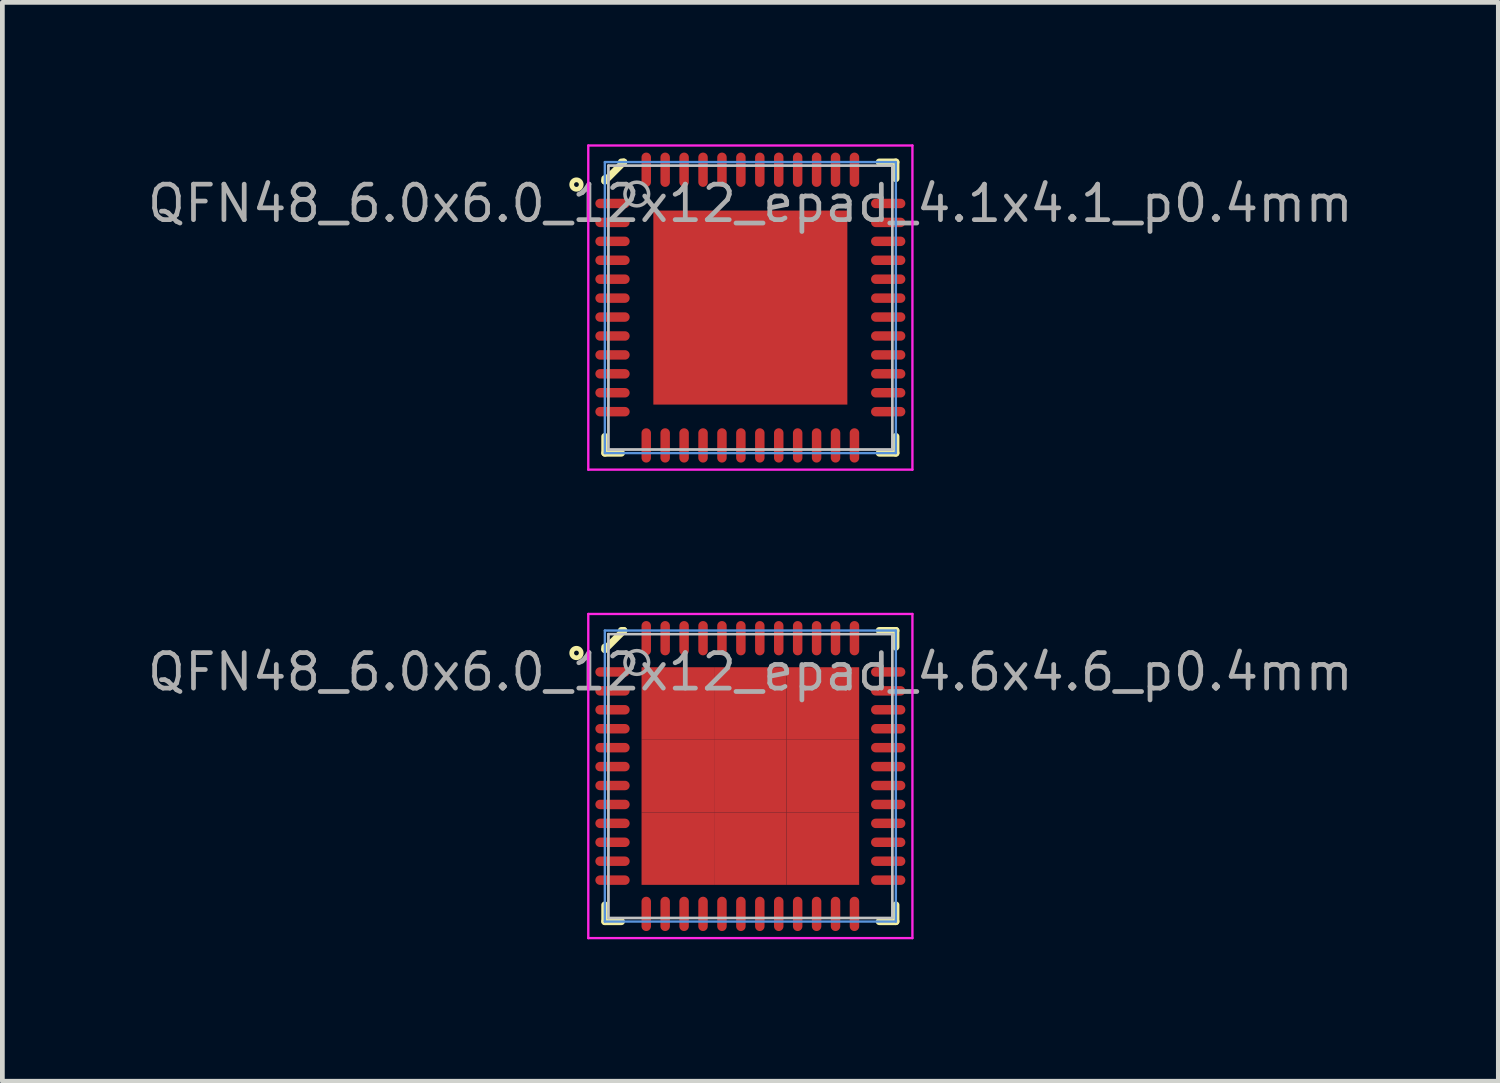
<source format=kicad_pcb>
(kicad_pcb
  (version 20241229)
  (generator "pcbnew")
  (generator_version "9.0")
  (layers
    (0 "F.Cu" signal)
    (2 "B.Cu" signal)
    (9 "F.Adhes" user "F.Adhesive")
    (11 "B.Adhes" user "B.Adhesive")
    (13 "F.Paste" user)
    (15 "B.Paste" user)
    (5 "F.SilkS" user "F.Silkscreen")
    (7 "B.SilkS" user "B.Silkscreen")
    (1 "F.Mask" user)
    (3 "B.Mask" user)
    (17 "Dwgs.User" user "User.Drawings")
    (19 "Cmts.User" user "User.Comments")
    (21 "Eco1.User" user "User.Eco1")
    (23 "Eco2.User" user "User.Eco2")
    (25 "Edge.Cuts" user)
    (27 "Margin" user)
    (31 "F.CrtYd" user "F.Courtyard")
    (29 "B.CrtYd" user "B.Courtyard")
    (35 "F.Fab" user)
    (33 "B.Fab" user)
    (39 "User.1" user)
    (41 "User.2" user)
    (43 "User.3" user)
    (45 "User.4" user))
  (footprint "QFN48_6.0x6.0_12x12_epad_4.1x4.1_p0.4mm"
    (layer "F.Cu")
    (at 12.807 3.45)
    (property "Reference" "QFN48_6.0x6.0_12x12_epad_4.1x4.1_p0.4mm" (at 0 -2.2 0) (layer "F.Fab") (effects (font (size 0.75 0.75) (thickness 0.1))))
    (attr through_hole)
    (fp_line (start -3.075 -2.675) (end -3.075 -2.725) (stroke (width 0.15) (type solid)) (layer "F.SilkS"))
    (fp_line (start -3.075 -2.675) (end -2.675 -3.075) (stroke (width 0.15) (type solid)) (layer "F.SilkS"))
    (fp_line (start -3.075 3.075) (end -3.075 2.725) (stroke (width 0.15) (type solid)) (layer "F.SilkS"))
    (fp_line (start -3.075 3.075) (end -2.725 3.075) (stroke (width 0.15) (type solid)) (layer "F.SilkS"))
    (fp_line (start -2.725 -3.075) (end -2.675 -3.075) (stroke (width 0.15) (type solid)) (layer "F.SilkS"))
    (fp_line (start 3.075 -3.075) (end 2.725 -3.075) (stroke (width 0.15) (type solid)) (layer "F.SilkS"))
    (fp_line (start 3.075 -3.075) (end 3.075 -2.725) (stroke (width 0.15) (type solid)) (layer "F.SilkS"))
    (fp_line (start 3.075 3.075) (end 2.725 3.075) (stroke (width 0.15) (type solid)) (layer "F.SilkS"))
    (fp_line (start 3.075 3.075) (end 3.075 2.725) (stroke (width 0.15) (type solid)) (layer "F.SilkS"))
    (fp_circle (center -3.675 -2.6) (end -3.604 -2.529) (stroke (width 0.1) (type solid)) (fill no) (layer "F.SilkS"))
    (fp_line (start -3 -3) (end -3 3) (stroke (width 0.05) (type solid)) (layer "Dwgs.User"))
    (fp_line (start -3 -3) (end 3 -3) (stroke (width 0.05) (type solid)) (layer "Dwgs.User"))
    (fp_line (start -3 3) (end 3 3) (stroke (width 0.05) (type solid)) (layer "Dwgs.User"))
    (fp_line (start 3 -3) (end 3 3) (stroke (width 0.05) (type solid)) (layer "Dwgs.User"))
    (fp_line (start -3.075 -3.075) (end -3.075 3.075) (stroke (width 0.05) (type solid)) (layer "Cmts.User"))
    (fp_line (start -3.075 -3.075) (end 3.075 -3.075) (stroke (width 0.05) (type solid)) (layer "Cmts.User"))
    (fp_line (start -3.075 3.075) (end 3.075 3.075) (stroke (width 0.05) (type solid)) (layer "Cmts.User"))
    (fp_line (start 3.075 -3.075) (end 3.075 3.075) (stroke (width 0.05) (type solid)) (layer "Cmts.User"))
    (fp_line (start -2.925 -2.925) (end -2.925 2.925) (stroke (width 0.05) (type solid)) (layer "Eco1.User"))
    (fp_line (start -2.925 -2.925) (end 2.925 -2.925) (stroke (width 0.05) (type solid)) (layer "Eco1.User"))
    (fp_line (start -2.925 2.925) (end 2.925 2.925) (stroke (width 0.05) (type solid)) (layer "Eco1.User"))
    (fp_line (start 2.925 -2.925) (end 2.925 2.925) (stroke (width 0.05) (type solid)) (layer "Eco1.User"))
    (fp_line (start -3.425 -3.425) (end -3.425 3.425) (stroke (width 0.05) (type solid)) (layer "F.CrtYd"))
    (fp_line (start -3.425 -3.425) (end 3.425 -3.425) (stroke (width 0.05) (type solid)) (layer "F.CrtYd"))
    (fp_line (start -3.425 3.425) (end 3.425 3.425) (stroke (width 0.05) (type solid)) (layer "F.CrtYd"))
    (fp_line (start 3.425 -3.425) (end 3.425 3.425) (stroke (width 0.05) (type solid)) (layer "F.CrtYd"))
    (fp_line (start -3 -3) (end -3 3) (stroke (width 0.05) (type solid)) (layer "F.Fab"))
    (fp_line (start -3 -3) (end 3 -3) (stroke (width 0.05) (type solid)) (layer "F.Fab"))
    (fp_line (start -3 3) (end 3 3) (stroke (width 0.05) (type solid)) (layer "F.Fab"))
    (fp_line (start 3 -3) (end 3 3) (stroke (width 0.05) (type solid)) (layer "F.Fab"))
    (fp_circle (center -2.4 -2.4) (end -2.223 -2.223) (stroke (width 0.075) (type solid)) (fill no) (layer "F.Fab"))
    (pad "1" smd oval (at -2.913 -2.2 180) (size 0.725 0.2) (layers "F.Cu" "F.Mask" "F.Paste"))
    (pad "2" smd oval (at -2.913 -1.8 180) (size 0.725 0.2) (layers "F.Cu" "F.Mask" "F.Paste"))
    (pad "3" smd oval (at -2.913 -1.4 180) (size 0.725 0.2) (layers "F.Cu" "F.Mask" "F.Paste"))
    (pad "4" smd oval (at -2.913 -1 180) (size 0.725 0.2) (layers "F.Cu" "F.Mask" "F.Paste"))
    (pad "5" smd oval (at -2.913 -0.6 180) (size 0.725 0.2) (layers "F.Cu" "F.Mask" "F.Paste"))
    (pad "6" smd oval (at -2.913 -0.2 180) (size 0.725 0.2) (layers "F.Cu" "F.Mask" "F.Paste"))
    (pad "7" smd oval (at -2.913 0.2 180) (size 0.725 0.2) (layers "F.Cu" "F.Mask" "F.Paste"))
    (pad "8" smd oval (at -2.913 0.6 180) (size 0.725 0.2) (layers "F.Cu" "F.Mask" "F.Paste"))
    (pad "9" smd oval (at -2.913 1 180) (size 0.725 0.2) (layers "F.Cu" "F.Mask" "F.Paste"))
    (pad "10" smd oval (at -2.913 1.4 180) (size 0.725 0.2) (layers "F.Cu" "F.Mask" "F.Paste"))
    (pad "11" smd oval (at -2.913 1.8 180) (size 0.725 0.2) (layers "F.Cu" "F.Mask" "F.Paste"))
    (pad "12" smd oval (at -2.913 2.2 180) (size 0.725 0.2) (layers "F.Cu" "F.Mask" "F.Paste"))
    (pad "13" smd oval (at -2.2 2.913 270) (size 0.725 0.2) (layers "F.Cu" "F.Mask" "F.Paste"))
    (pad "14" smd oval (at -1.8 2.913 270) (size 0.725 0.2) (layers "F.Cu" "F.Mask" "F.Paste"))
    (pad "15" smd oval (at -1.4 2.913 270) (size 0.725 0.2) (layers "F.Cu" "F.Mask" "F.Paste"))
    (pad "16" smd oval (at -1 2.913 270) (size 0.725 0.2) (layers "F.Cu" "F.Mask" "F.Paste"))
    (pad "17" smd oval (at -0.6 2.913 270) (size 0.725 0.2) (layers "F.Cu" "F.Mask" "F.Paste"))
    (pad "18" smd oval (at -0.2 2.913 270) (size 0.725 0.2) (layers "F.Cu" "F.Mask" "F.Paste"))
    (pad "19" smd oval (at 0.2 2.913 270) (size 0.725 0.2) (layers "F.Cu" "F.Mask" "F.Paste"))
    (pad "20" smd oval (at 0.6 2.913 270) (size 0.725 0.2) (layers "F.Cu" "F.Mask" "F.Paste"))
    (pad "21" smd oval (at 1 2.913 270) (size 0.725 0.2) (layers "F.Cu" "F.Mask" "F.Paste"))
    (pad "22" smd oval (at 1.4 2.913 270) (size 0.725 0.2) (layers "F.Cu" "F.Mask" "F.Paste"))
    (pad "23" smd oval (at 1.8 2.913 270) (size 0.725 0.2) (layers "F.Cu" "F.Mask" "F.Paste"))
    (pad "24" smd oval (at 2.2 2.913 270) (size 0.725 0.2) (layers "F.Cu" "F.Mask" "F.Paste"))
    (pad "25" smd oval (at 2.913 2.2) (size 0.725 0.2) (layers "F.Cu" "F.Mask" "F.Paste"))
    (pad "26" smd oval (at 2.913 1.8) (size 0.725 0.2) (layers "F.Cu" "F.Mask" "F.Paste"))
    (pad "27" smd oval (at 2.913 1.4) (size 0.725 0.2) (layers "F.Cu" "F.Mask" "F.Paste"))
    (pad "28" smd oval (at 2.913 1) (size 0.725 0.2) (layers "F.Cu" "F.Mask" "F.Paste"))
    (pad "29" smd oval (at 2.913 0.6) (size 0.725 0.2) (layers "F.Cu" "F.Mask" "F.Paste"))
    (pad "30" smd oval (at 2.913 0.2) (size 0.725 0.2) (layers "F.Cu" "F.Mask" "F.Paste"))
    (pad "31" smd oval (at 2.913 -0.2) (size 0.725 0.2) (layers "F.Cu" "F.Mask" "F.Paste"))
    (pad "32" smd oval (at 2.913 -0.6) (size 0.725 0.2) (layers "F.Cu" "F.Mask" "F.Paste"))
    (pad "33" smd oval (at 2.913 -1) (size 0.725 0.2) (layers "F.Cu" "F.Mask" "F.Paste"))
    (pad "34" smd oval (at 2.913 -1.4) (size 0.725 0.2) (layers "F.Cu" "F.Mask" "F.Paste"))
    (pad "35" smd oval (at 2.913 -1.8) (size 0.725 0.2) (layers "F.Cu" "F.Mask" "F.Paste"))
    (pad "36" smd oval (at 2.913 -2.2) (size 0.725 0.2) (layers "F.Cu" "F.Mask" "F.Paste"))
    (pad "37" smd oval (at 2.2 -2.913 90) (size 0.725 0.2) (layers "F.Cu" "F.Mask" "F.Paste"))
    (pad "38" smd oval (at 1.8 -2.913 90) (size 0.725 0.2) (layers "F.Cu" "F.Mask" "F.Paste"))
    (pad "39" smd oval (at 1.4 -2.913 90) (size 0.725 0.2) (layers "F.Cu" "F.Mask" "F.Paste"))
    (pad "40" smd oval (at 1 -2.913 90) (size 0.725 0.2) (layers "F.Cu" "F.Mask" "F.Paste"))
    (pad "41" smd oval (at 0.6 -2.913 90) (size 0.725 0.2) (layers "F.Cu" "F.Mask" "F.Paste"))
    (pad "42" smd oval (at 0.2 -2.913 90) (size 0.725 0.2) (layers "F.Cu" "F.Mask" "F.Paste"))
    (pad "43" smd oval (at -0.2 -2.913 90) (size 0.725 0.2) (layers "F.Cu" "F.Mask" "F.Paste"))
    (pad "44" smd oval (at -0.6 -2.913 90) (size 0.725 0.2) (layers "F.Cu" "F.Mask" "F.Paste"))
    (pad "45" smd oval (at -1 -2.913 90) (size 0.725 0.2) (layers "F.Cu" "F.Mask" "F.Paste"))
    (pad "46" smd oval (at -1.4 -2.913 90) (size 0.725 0.2) (layers "F.Cu" "F.Mask" "F.Paste"))
    (pad "47" smd oval (at -1.8 -2.913 90) (size 0.725 0.2) (layers "F.Cu" "F.Mask" "F.Paste"))
    (pad "48" smd oval (at -2.2 -2.913 90) (size 0.725 0.2) (layers "F.Cu" "F.Mask" "F.Paste"))
    (pad "49" smd rect (at 0 0) (size 4.1 4.1) (layers "F.Cu" "F.Mask" "F.Paste")))
  (footprint "QFN48_6.0x6.0_12x12_epad_4.6x4.6_p0.4mm"
    (layer "F.Cu")
    (at 12.807 13.35)
    (property "Reference" "QFN48_6.0x6.0_12x12_epad_4.6x4.6_p0.4mm" (at 0 -2.2 0) (layer "F.Fab") (effects (font (size 0.75 0.75) (thickness 0.1))))
    (attr through_hole)
    (fp_line (start -3.075 -2.675) (end -3.075 -2.725) (stroke (width 0.15) (type solid)) (layer "F.SilkS"))
    (fp_line (start -3.075 -2.675) (end -2.675 -3.075) (stroke (width 0.15) (type solid)) (layer "F.SilkS"))
    (fp_line (start -3.075 3.075) (end -3.075 2.725) (stroke (width 0.15) (type solid)) (layer "F.SilkS"))
    (fp_line (start -3.075 3.075) (end -2.725 3.075) (stroke (width 0.15) (type solid)) (layer "F.SilkS"))
    (fp_line (start -2.725 -3.075) (end -2.675 -3.075) (stroke (width 0.15) (type solid)) (layer "F.SilkS"))
    (fp_line (start 3.075 -3.075) (end 2.725 -3.075) (stroke (width 0.15) (type solid)) (layer "F.SilkS"))
    (fp_line (start 3.075 -3.075) (end 3.075 -2.725) (stroke (width 0.15) (type solid)) (layer "F.SilkS"))
    (fp_line (start 3.075 3.075) (end 2.725 3.075) (stroke (width 0.15) (type solid)) (layer "F.SilkS"))
    (fp_line (start 3.075 3.075) (end 3.075 2.725) (stroke (width 0.15) (type solid)) (layer "F.SilkS"))
    (fp_circle (center -3.675 -2.6) (end -3.604 -2.529) (stroke (width 0.1) (type solid)) (fill no) (layer "F.SilkS"))
    (fp_line (start -3 -3) (end -3 3) (stroke (width 0.05) (type solid)) (layer "Dwgs.User"))
    (fp_line (start -3 -3) (end 3 -3) (stroke (width 0.05) (type solid)) (layer "Dwgs.User"))
    (fp_line (start -3 3) (end 3 3) (stroke (width 0.05) (type solid)) (layer "Dwgs.User"))
    (fp_line (start 3 -3) (end 3 3) (stroke (width 0.05) (type solid)) (layer "Dwgs.User"))
    (fp_line (start -3.075 -3.075) (end -3.075 3.075) (stroke (width 0.05) (type solid)) (layer "Cmts.User"))
    (fp_line (start -3.075 -3.075) (end 3.075 -3.075) (stroke (width 0.05) (type solid)) (layer "Cmts.User"))
    (fp_line (start -3.075 3.075) (end 3.075 3.075) (stroke (width 0.05) (type solid)) (layer "Cmts.User"))
    (fp_line (start 3.075 -3.075) (end 3.075 3.075) (stroke (width 0.05) (type solid)) (layer "Cmts.User"))
    (fp_line (start -2.925 -2.925) (end -2.925 2.925) (stroke (width 0.05) (type solid)) (layer "Eco1.User"))
    (fp_line (start -2.925 -2.925) (end 2.925 -2.925) (stroke (width 0.05) (type solid)) (layer "Eco1.User"))
    (fp_line (start -2.925 2.925) (end 2.925 2.925) (stroke (width 0.05) (type solid)) (layer "Eco1.User"))
    (fp_line (start 2.925 -2.925) (end 2.925 2.925) (stroke (width 0.05) (type solid)) (layer "Eco1.User"))
    (fp_line (start -3.425 -3.425) (end -3.425 3.425) (stroke (width 0.05) (type solid)) (layer "F.CrtYd"))
    (fp_line (start -3.425 -3.425) (end 3.425 -3.425) (stroke (width 0.05) (type solid)) (layer "F.CrtYd"))
    (fp_line (start -3.425 3.425) (end 3.425 3.425) (stroke (width 0.05) (type solid)) (layer "F.CrtYd"))
    (fp_line (start 3.425 -3.425) (end 3.425 3.425) (stroke (width 0.05) (type solid)) (layer "F.CrtYd"))
    (fp_line (start -3 -3) (end -3 3) (stroke (width 0.05) (type solid)) (layer "F.Fab"))
    (fp_line (start -3 -3) (end 3 -3) (stroke (width 0.05) (type solid)) (layer "F.Fab"))
    (fp_line (start -3 3) (end 3 3) (stroke (width 0.05) (type solid)) (layer "F.Fab"))
    (fp_line (start 3 -3) (end 3 3) (stroke (width 0.05) (type solid)) (layer "F.Fab"))
    (fp_circle (center -2.4 -2.4) (end -2.223 -2.223) (stroke (width 0.075) (type solid)) (fill no) (layer "F.Fab"))
    (pad "1" smd oval (at -2.913 -2.2 180) (size 0.725 0.2) (layers "F.Cu" "F.Mask" "F.Paste"))
    (pad "2" smd oval (at -2.913 -1.8 180) (size 0.725 0.2) (layers "F.Cu" "F.Mask" "F.Paste"))
    (pad "3" smd oval (at -2.913 -1.4 180) (size 0.725 0.2) (layers "F.Cu" "F.Mask" "F.Paste"))
    (pad "4" smd oval (at -2.913 -1 180) (size 0.725 0.2) (layers "F.Cu" "F.Mask" "F.Paste"))
    (pad "5" smd oval (at -2.913 -0.6 180) (size 0.725 0.2) (layers "F.Cu" "F.Mask" "F.Paste"))
    (pad "6" smd oval (at -2.913 -0.2 180) (size 0.725 0.2) (layers "F.Cu" "F.Mask" "F.Paste"))
    (pad "7" smd oval (at -2.913 0.2 180) (size 0.725 0.2) (layers "F.Cu" "F.Mask" "F.Paste"))
    (pad "8" smd oval (at -2.913 0.6 180) (size 0.725 0.2) (layers "F.Cu" "F.Mask" "F.Paste"))
    (pad "9" smd oval (at -2.913 1 180) (size 0.725 0.2) (layers "F.Cu" "F.Mask" "F.Paste"))
    (pad "10" smd oval (at -2.913 1.4 180) (size 0.725 0.2) (layers "F.Cu" "F.Mask" "F.Paste"))
    (pad "11" smd oval (at -2.913 1.8 180) (size 0.725 0.2) (layers "F.Cu" "F.Mask" "F.Paste"))
    (pad "12" smd oval (at -2.913 2.2 180) (size 0.725 0.2) (layers "F.Cu" "F.Mask" "F.Paste"))
    (pad "13" smd oval (at -2.2 2.913 270) (size 0.725 0.2) (layers "F.Cu" "F.Mask" "F.Paste"))
    (pad "14" smd oval (at -1.8 2.913 270) (size 0.725 0.2) (layers "F.Cu" "F.Mask" "F.Paste"))
    (pad "15" smd oval (at -1.4 2.913 270) (size 0.725 0.2) (layers "F.Cu" "F.Mask" "F.Paste"))
    (pad "16" smd oval (at -1 2.913 270) (size 0.725 0.2) (layers "F.Cu" "F.Mask" "F.Paste"))
    (pad "17" smd oval (at -0.6 2.913 270) (size 0.725 0.2) (layers "F.Cu" "F.Mask" "F.Paste"))
    (pad "18" smd oval (at -0.2 2.913 270) (size 0.725 0.2) (layers "F.Cu" "F.Mask" "F.Paste"))
    (pad "19" smd oval (at 0.2 2.913 270) (size 0.725 0.2) (layers "F.Cu" "F.Mask" "F.Paste"))
    (pad "20" smd oval (at 0.6 2.913 270) (size 0.725 0.2) (layers "F.Cu" "F.Mask" "F.Paste"))
    (pad "21" smd oval (at 1 2.913 270) (size 0.725 0.2) (layers "F.Cu" "F.Mask" "F.Paste"))
    (pad "22" smd oval (at 1.4 2.913 270) (size 0.725 0.2) (layers "F.Cu" "F.Mask" "F.Paste"))
    (pad "23" smd oval (at 1.8 2.913 270) (size 0.725 0.2) (layers "F.Cu" "F.Mask" "F.Paste"))
    (pad "24" smd oval (at 2.2 2.913 270) (size 0.725 0.2) (layers "F.Cu" "F.Mask" "F.Paste"))
    (pad "25" smd oval (at 2.913 2.2) (size 0.725 0.2) (layers "F.Cu" "F.Mask" "F.Paste"))
    (pad "26" smd oval (at 2.913 1.8) (size 0.725 0.2) (layers "F.Cu" "F.Mask" "F.Paste"))
    (pad "27" smd oval (at 2.913 1.4) (size 0.725 0.2) (layers "F.Cu" "F.Mask" "F.Paste"))
    (pad "28" smd oval (at 2.913 1) (size 0.725 0.2) (layers "F.Cu" "F.Mask" "F.Paste"))
    (pad "29" smd oval (at 2.913 0.6) (size 0.725 0.2) (layers "F.Cu" "F.Mask" "F.Paste"))
    (pad "30" smd oval (at 2.913 0.2) (size 0.725 0.2) (layers "F.Cu" "F.Mask" "F.Paste"))
    (pad "31" smd oval (at 2.913 -0.2) (size 0.725 0.2) (layers "F.Cu" "F.Mask" "F.Paste"))
    (pad "32" smd oval (at 2.913 -0.6) (size 0.725 0.2) (layers "F.Cu" "F.Mask" "F.Paste"))
    (pad "33" smd oval (at 2.913 -1) (size 0.725 0.2) (layers "F.Cu" "F.Mask" "F.Paste"))
    (pad "34" smd oval (at 2.913 -1.4) (size 0.725 0.2) (layers "F.Cu" "F.Mask" "F.Paste"))
    (pad "35" smd oval (at 2.913 -1.8) (size 0.725 0.2) (layers "F.Cu" "F.Mask" "F.Paste"))
    (pad "36" smd oval (at 2.913 -2.2) (size 0.725 0.2) (layers "F.Cu" "F.Mask" "F.Paste"))
    (pad "37" smd oval (at 2.2 -2.913 90) (size 0.725 0.2) (layers "F.Cu" "F.Mask" "F.Paste"))
    (pad "38" smd oval (at 1.8 -2.913 90) (size 0.725 0.2) (layers "F.Cu" "F.Mask" "F.Paste"))
    (pad "39" smd oval (at 1.4 -2.913 90) (size 0.725 0.2) (layers "F.Cu" "F.Mask" "F.Paste"))
    (pad "40" smd oval (at 1 -2.913 90) (size 0.725 0.2) (layers "F.Cu" "F.Mask" "F.Paste"))
    (pad "41" smd oval (at 0.6 -2.913 90) (size 0.725 0.2) (layers "F.Cu" "F.Mask" "F.Paste"))
    (pad "42" smd oval (at 0.2 -2.913 90) (size 0.725 0.2) (layers "F.Cu" "F.Mask" "F.Paste"))
    (pad "43" smd oval (at -0.2 -2.913 90) (size 0.725 0.2) (layers "F.Cu" "F.Mask" "F.Paste"))
    (pad "44" smd oval (at -0.6 -2.913 90) (size 0.725 0.2) (layers "F.Cu" "F.Mask" "F.Paste"))
    (pad "45" smd oval (at -1 -2.913 90) (size 0.725 0.2) (layers "F.Cu" "F.Mask" "F.Paste"))
    (pad "46" smd oval (at -1.4 -2.913 90) (size 0.725 0.2) (layers "F.Cu" "F.Mask" "F.Paste"))
    (pad "47" smd oval (at -1.8 -2.913 90) (size 0.725 0.2) (layers "F.Cu" "F.Mask" "F.Paste"))
    (pad "48" smd oval (at -2.2 -2.913 90) (size 0.725 0.2) (layers "F.Cu" "F.Mask" "F.Paste"))
    (pad "49" smd rect (at -1.533 -1.533) (size 1.533 1.533) (layers "F.Cu" "F.Mask" "F.Paste"))
    (pad "49" smd rect (at -1.533 0) (size 1.533 1.533) (layers "F.Cu" "F.Mask" "F.Paste"))
    (pad "49" smd rect (at -1.533 1.533) (size 1.533 1.533) (layers "F.Cu" "F.Mask" "F.Paste"))
    (pad "49" smd rect (at 0 -1.533) (size 1.533 1.533) (layers "F.Cu" "F.Mask" "F.Paste"))
    (pad "49" smd rect (at 0 0) (size 1.533 1.533) (layers "F.Cu" "F.Mask" "F.Paste"))
    (pad "49" smd rect (at 0 1.533) (size 1.533 1.533) (layers "F.Cu" "F.Mask" "F.Paste"))
    (pad "49" smd rect (at 1.533 -1.533) (size 1.533 1.533) (layers "F.Cu" "F.Mask" "F.Paste"))
    (pad "49" smd rect (at 1.533 0) (size 1.533 1.533) (layers "F.Cu" "F.Mask" "F.Paste"))
    (pad "49" smd rect (at 1.533 1.533) (size 1.533 1.533) (layers "F.Cu" "F.Mask" "F.Paste")))
  (gr_rect
    (start -3 -3)
    (end 28.614 19.8)
    (stroke (width 0.1) (type default))
    (fill no)
    (layer "Edge.Cuts")))
</source>
